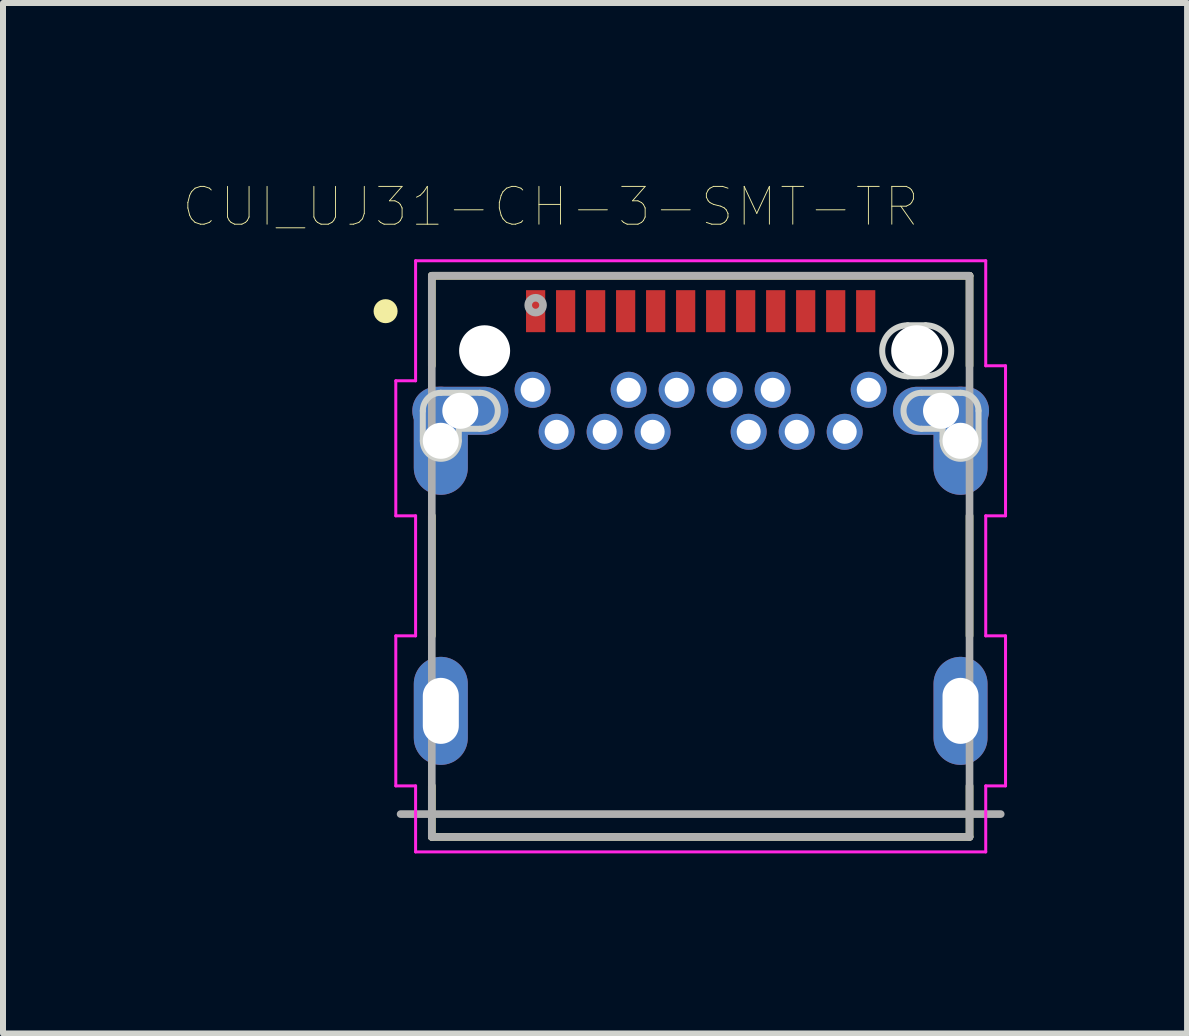
<source format=kicad_pcb>
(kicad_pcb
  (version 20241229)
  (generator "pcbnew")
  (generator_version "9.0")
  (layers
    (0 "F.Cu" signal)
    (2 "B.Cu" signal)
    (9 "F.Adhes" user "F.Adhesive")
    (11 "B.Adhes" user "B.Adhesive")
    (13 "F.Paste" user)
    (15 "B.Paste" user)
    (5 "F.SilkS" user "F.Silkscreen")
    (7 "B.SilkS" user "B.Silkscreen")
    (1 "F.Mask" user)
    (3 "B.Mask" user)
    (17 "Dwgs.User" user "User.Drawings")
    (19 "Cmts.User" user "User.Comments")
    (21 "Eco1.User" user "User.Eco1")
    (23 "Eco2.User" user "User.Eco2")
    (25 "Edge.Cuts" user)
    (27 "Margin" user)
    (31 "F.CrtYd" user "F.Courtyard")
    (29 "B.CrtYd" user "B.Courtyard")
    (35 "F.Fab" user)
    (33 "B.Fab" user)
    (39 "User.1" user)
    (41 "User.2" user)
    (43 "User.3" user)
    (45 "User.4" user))
  (footprint "CUI_UJ31-CH-3-SMT-TR"
    (layer "F.Cu")
    (at 5.875 2.135)
    (property "Reference" "CUI_UJ31-CH-3-SMT-TR" (at 0.25 -1.74 0) (layer "F.SilkS") (effects (font (size 0.63 0.63) (thickness 0.015))))
    (attr through_hole)
    (fp_poly (pts (xy 6.2 0.135) (xy 6.5 0.135) (xy 6.555 0.138) (xy 6.609 0.146) (xy 6.662 0.161) (xy 6.714 0.18) (xy 6.763 0.205) (xy 6.809 0.235) (xy 6.851 0.27) (xy 6.89 0.309) (xy 6.925 0.351) (xy 6.955 0.398) (xy 6.98 0.446) (xy 6.999 0.498) (xy 7.014 0.551) (xy 7.022 0.605) (xy 7.025 0.66) (xy 7.022 0.715) (xy 7.014 0.769) (xy 6.999 0.822) (xy 6.98 0.874) (xy 6.955 0.922) (xy 6.925 0.969) (xy 6.89 1.011) (xy 6.851 1.05) (xy 6.809 1.085) (xy 6.763 1.115) (xy 6.714 1.14) (xy 6.662 1.159) (xy 6.609 1.174) (xy 6.555 1.182) (xy 6.5 1.185) (xy 6.2 1.185) (xy 6.145 1.182) (xy 6.091 1.174) (xy 6.038 1.159) (xy 5.986 1.14) (xy 5.938 1.115) (xy 5.891 1.085) (xy 5.849 1.05) (xy 5.81 1.011) (xy 5.775 0.969) (xy 5.745 0.922) (xy 5.72 0.874) (xy 5.701 0.822) (xy 5.686 0.769) (xy 5.678 0.715) (xy 5.675 0.66) (xy 5.678 0.605) (xy 5.686 0.551) (xy 5.701 0.498) (xy 5.72 0.446) (xy 5.745 0.398) (xy 5.775 0.351) (xy 5.81 0.309) (xy 5.849 0.27) (xy 5.891 0.235) (xy 5.938 0.205) (xy 5.986 0.18) (xy 6.038 0.161) (xy 6.091 0.146) (xy 6.145 0.138) (xy 6.2 0.135)) (stroke (width 0.05) (type solid)) (fill yes) (layer "F.Mask"))
    (fp_poly (pts (xy 6.2 0.135) (xy 6.5 0.135) (xy 6.555 0.138) (xy 6.609 0.146) (xy 6.662 0.161) (xy 6.714 0.18) (xy 6.763 0.205) (xy 6.809 0.235) (xy 6.851 0.27) (xy 6.89 0.309) (xy 6.925 0.351) (xy 6.955 0.398) (xy 6.98 0.446) (xy 6.999 0.498) (xy 7.014 0.551) (xy 7.022 0.605) (xy 7.025 0.66) (xy 7.022 0.715) (xy 7.014 0.769) (xy 6.999 0.822) (xy 6.98 0.874) (xy 6.955 0.922) (xy 6.925 0.969) (xy 6.89 1.011) (xy 6.851 1.05) (xy 6.809 1.085) (xy 6.763 1.115) (xy 6.714 1.14) (xy 6.662 1.159) (xy 6.609 1.174) (xy 6.555 1.182) (xy 6.5 1.185) (xy 6.2 1.185) (xy 6.145 1.182) (xy 6.091 1.174) (xy 6.038 1.159) (xy 5.986 1.14) (xy 5.938 1.115) (xy 5.891 1.085) (xy 5.849 1.05) (xy 5.81 1.011) (xy 5.775 0.969) (xy 5.745 0.922) (xy 5.72 0.874) (xy 5.701 0.822) (xy 5.686 0.769) (xy 5.678 0.715) (xy 5.675 0.66) (xy 5.678 0.605) (xy 5.686 0.551) (xy 5.701 0.498) (xy 5.72 0.446) (xy 5.745 0.398) (xy 5.775 0.351) (xy 5.81 0.309) (xy 5.849 0.27) (xy 5.891 0.235) (xy 5.938 0.205) (xy 5.986 0.18) (xy 6.038 0.161) (xy 6.091 0.146) (xy 6.145 0.138) (xy 6.2 0.135)) (stroke (width 0.05) (type solid)) (fill yes) (layer "B.Mask"))
    (fp_line (start -1.73 -0.59) (end -1.73 0.91) (stroke (width 0.127) (type solid)) (layer "F.SilkS"))
    (fp_line (start -1.73 -0.59) (end 7.23 -0.59) (stroke (width 0.127) (type solid)) (layer "F.SilkS"))
    (fp_line (start -1.73 3.41) (end -1.73 5.41) (stroke (width 0.127) (type solid)) (layer "F.SilkS"))
    (fp_line (start -1.73 7.91) (end -1.73 8.76) (stroke (width 0.127) (type solid)) (layer "F.SilkS"))
    (fp_line (start -1.73 8.76) (end 7.23 8.76) (stroke (width 0.127) (type solid)) (layer "F.SilkS"))
    (fp_line (start 7.23 -0.59) (end 7.23 0.91) (stroke (width 0.127) (type solid)) (layer "F.SilkS"))
    (fp_line (start 7.23 5.41) (end 7.23 3.41) (stroke (width 0.127) (type solid)) (layer "F.SilkS"))
    (fp_line (start 7.23 8.76) (end 7.23 7.91) (stroke (width 0.127) (type solid)) (layer "F.SilkS"))
    (fp_circle (center -2.5 0) (end -2.4 0) (stroke (width 0.2) (type solid)) (fill no) (layer "F.SilkS"))
    (fp_line (start -1.88 2.16) (end -1.88 1.66) (stroke (width 0.1) (type solid)) (layer "Edge.Cuts"))
    (fp_line (start -1.58 1.36) (end -0.93 1.36) (stroke (width 0.1) (type solid)) (layer "Edge.Cuts"))
    (fp_line (start -1.28 1.96) (end -1.28 2.16) (stroke (width 0.1) (type solid)) (layer "Edge.Cuts"))
    (fp_line (start -0.93 1.96) (end -1.28 1.96) (stroke (width 0.1) (type solid)) (layer "Edge.Cuts"))
    (fp_line (start 6.2 0.235) (end 6.5 0.235) (stroke (width 0.1) (type solid)) (layer "Edge.Cuts"))
    (fp_line (start 6.2 1.085) (end 6.5 1.085) (stroke (width 0.1) (type solid)) (layer "Edge.Cuts"))
    (fp_line (start 6.43 1.36) (end 7.08 1.36) (stroke (width 0.1) (type solid)) (layer "Edge.Cuts"))
    (fp_line (start 6.78 1.96) (end 6.43 1.96) (stroke (width 0.1) (type solid)) (layer "Edge.Cuts"))
    (fp_line (start 6.78 1.96) (end 6.78 2.16) (stroke (width 0.1) (type solid)) (layer "Edge.Cuts"))
    (fp_line (start 7.38 2.16) (end 7.38 1.66) (stroke (width 0.1) (type solid)) (layer "Edge.Cuts"))
    (fp_arc (start -1.88 1.66) (mid -1.792132 1.447868) (end -1.58 1.36) (stroke (width 0.1) (type solid)) (layer "Edge.Cuts"))
    (fp_arc (start -1.28 2.16) (mid -1.58 2.46) (end -1.88 2.16) (stroke (width 0.1) (type solid)) (layer "Edge.Cuts"))
    (fp_arc (start -0.93 1.36) (mid -0.63 1.66) (end -0.93 1.96) (stroke (width 0.1) (type solid)) (layer "Edge.Cuts"))
    (fp_arc (start 6.2 1.085) (mid 5.775 0.66) (end 6.2 0.235) (stroke (width 0.1) (type solid)) (layer "Edge.Cuts"))
    (fp_arc (start 6.43 1.96) (mid 6.13 1.66) (end 6.43 1.36) (stroke (width 0.1) (type solid)) (layer "Edge.Cuts"))
    (fp_arc (start 6.5 0.235) (mid 6.925 0.66) (end 6.5 1.085) (stroke (width 0.1) (type solid)) (layer "Edge.Cuts"))
    (fp_arc (start 7.08 1.36) (mid 7.292132 1.447868) (end 7.38 1.66) (stroke (width 0.1) (type solid)) (layer "Edge.Cuts"))
    (fp_arc (start 7.38 2.16) (mid 7.08 2.46) (end 6.78 2.16) (stroke (width 0.1) (type solid)) (layer "Edge.Cuts"))
    (fp_line (start -2.33 1.16) (end -2 1.16) (stroke (width 0.05) (type solid)) (layer "F.CrtYd"))
    (fp_line (start -2.33 3.41) (end -2.33 1.16) (stroke (width 0.05) (type solid)) (layer "F.CrtYd"))
    (fp_line (start -2.33 5.41) (end -2 5.41) (stroke (width 0.05) (type solid)) (layer "F.CrtYd"))
    (fp_line (start -2.33 7.91) (end -2.33 5.41) (stroke (width 0.05) (type solid)) (layer "F.CrtYd"))
    (fp_line (start -2 -0.84) (end 7.5 -0.84) (stroke (width 0.05) (type solid)) (layer "F.CrtYd"))
    (fp_line (start -2 1.16) (end -2 -0.84) (stroke (width 0.05) (type solid)) (layer "F.CrtYd"))
    (fp_line (start -2 3.41) (end -2.33 3.41) (stroke (width 0.05) (type solid)) (layer "F.CrtYd"))
    (fp_line (start -2 5.41) (end -2 3.41) (stroke (width 0.05) (type solid)) (layer "F.CrtYd"))
    (fp_line (start -2 7.91) (end -2.33 7.91) (stroke (width 0.05) (type solid)) (layer "F.CrtYd"))
    (fp_line (start -2 9.01) (end -2 7.91) (stroke (width 0.05) (type solid)) (layer "F.CrtYd"))
    (fp_line (start 7.5 -0.84) (end 7.5 0.91) (stroke (width 0.05) (type solid)) (layer "F.CrtYd"))
    (fp_line (start 7.5 0.91) (end 7.83 0.91) (stroke (width 0.05) (type solid)) (layer "F.CrtYd"))
    (fp_line (start 7.5 3.41) (end 7.5 5.41) (stroke (width 0.05) (type solid)) (layer "F.CrtYd"))
    (fp_line (start 7.5 5.41) (end 7.83 5.41) (stroke (width 0.05) (type solid)) (layer "F.CrtYd"))
    (fp_line (start 7.5 7.91) (end 7.5 9.01) (stroke (width 0.05) (type solid)) (layer "F.CrtYd"))
    (fp_line (start 7.5 9.01) (end -2 9.01) (stroke (width 0.05) (type solid)) (layer "F.CrtYd"))
    (fp_line (start 7.83 0.91) (end 7.83 3.41) (stroke (width 0.05) (type solid)) (layer "F.CrtYd"))
    (fp_line (start 7.83 3.41) (end 7.5 3.41) (stroke (width 0.05) (type solid)) (layer "F.CrtYd"))
    (fp_line (start 7.83 5.41) (end 7.83 7.91) (stroke (width 0.05) (type solid)) (layer "F.CrtYd"))
    (fp_line (start 7.83 7.91) (end 7.5 7.91) (stroke (width 0.05) (type solid)) (layer "F.CrtYd"))
    (fp_line (start -2.25 8.38) (end 7.75 8.38) (stroke (width 0.127) (type solid)) (layer "F.Fab"))
    (fp_line (start -1.73 -0.59) (end 7.23 -0.59) (stroke (width 0.127) (type solid)) (layer "F.Fab"))
    (fp_line (start -1.73 8.76) (end -1.73 -0.59) (stroke (width 0.127) (type solid)) (layer "F.Fab"))
    (fp_line (start 7.23 -0.59) (end 7.23 8.76) (stroke (width 0.127) (type solid)) (layer "F.Fab"))
    (fp_line (start 7.23 8.76) (end -1.73 8.76) (stroke (width 0.127) (type solid)) (layer "F.Fab"))
    (fp_circle (center 0 -0.1) (end 0.06 -0.1) (stroke (width 0.127) (type solid)) (fill no) (layer "F.Fab"))
    (pad "" np_thru_hole circle (at -0.85 0.66) (size 0.85 0.85) (drill 0.85) (layers "*.Cu" "*.Mask"))
    (pad "" np_thru_hole circle (at 6.35 0.66) (size 0.85 0.85) (drill 0.85) (layers "*.Cu" "*.Mask"))
    (pad "A1" smd rect (at 0 0) (size 0.32 0.7) (layers "F.Cu" "F.Mask" "F.Paste"))
    (pad "A2" smd rect (at 0.5 0) (size 0.32 0.7) (layers "F.Cu" "F.Mask" "F.Paste"))
    (pad "A3" smd rect (at 1 0) (size 0.32 0.7) (layers "F.Cu" "F.Mask" "F.Paste"))
    (pad "A4" smd rect (at 1.5 0) (size 0.32 0.7) (layers "F.Cu" "F.Mask" "F.Paste"))
    (pad "A5" smd rect (at 2 0) (size 0.32 0.7) (layers "F.Cu" "F.Mask" "F.Paste"))
    (pad "A6" smd rect (at 2.5 0) (size 0.32 0.7) (layers "F.Cu" "F.Mask" "F.Paste"))
    (pad "A7" smd rect (at 3 0) (size 0.32 0.7) (layers "F.Cu" "F.Mask" "F.Paste"))
    (pad "A8" smd rect (at 3.5 0) (size 0.32 0.7) (layers "F.Cu" "F.Mask" "F.Paste"))
    (pad "A9" smd rect (at 4 0) (size 0.32 0.7) (layers "F.Cu" "F.Mask" "F.Paste"))
    (pad "A10" smd rect (at 4.5 0) (size 0.32 0.7) (layers "F.Cu" "F.Mask" "F.Paste"))
    (pad "A11" smd rect (at 5 0) (size 0.32 0.7) (layers "F.Cu" "F.Mask" "F.Paste"))
    (pad "A12" smd rect (at 5.5 0) (size 0.32 0.7) (layers "F.Cu" "F.Mask" "F.Paste"))
    (pad "B1" thru_hole circle (at 5.55 1.31) (size 0.6 0.6) (drill 0.4) (layers "*.Cu" "*.Mask"))
    (pad "B2" thru_hole circle (at 5.15 2.01) (size 0.6 0.6) (drill 0.4) (layers "*.Cu" "*.Mask"))
    (pad "B3" thru_hole circle (at 4.35 2.01) (size 0.6 0.6) (drill 0.4) (layers "*.Cu" "*.Mask"))
    (pad "B4" thru_hole circle (at 3.95 1.31) (size 0.6 0.6) (drill 0.4) (layers "*.Cu" "*.Mask"))
    (pad "B5" thru_hole circle (at 3.55 2.01) (size 0.6 0.6) (drill 0.4) (layers "*.Cu" "*.Mask"))
    (pad "B6" thru_hole circle (at 3.15 1.31) (size 0.6 0.6) (drill 0.4) (layers "*.Cu" "*.Mask"))
    (pad "B7" thru_hole circle (at 2.35 1.31) (size 0.6 0.6) (drill 0.4) (layers "*.Cu" "*.Mask"))
    (pad "B8" thru_hole circle (at 1.95 2.01) (size 0.6 0.6) (drill 0.4) (layers "*.Cu" "*.Mask"))
    (pad "B9" thru_hole circle (at 1.55 1.31) (size 0.6 0.6) (drill 0.4) (layers "*.Cu" "*.Mask"))
    (pad "B10" thru_hole circle (at 1.15 2.01) (size 0.6 0.6) (drill 0.4) (layers "*.Cu" "*.Mask"))
    (pad "B11" thru_hole circle (at 0.35 2.01) (size 0.6 0.6) (drill 0.4) (layers "*.Cu" "*.Mask"))
    (pad "B12" thru_hole circle (at -0.05 1.31) (size 0.6 0.6) (drill 0.4) (layers "*.Cu" "*.Mask"))
    (pad "SH1" thru_hole oval (at -1.255 1.66) (size 1.6 0.8) (drill 0.6) (layers "*.Cu" "*.Mask"))
    (pad "SH2" thru_hole oval (at 6.755 1.66) (size 1.6 0.8) (drill 0.6) (layers "*.Cu" "*.Mask"))
    (pad "SH3" thru_hole oval (at -1.58 2.16) (size 0.9 1.8) (drill 0.6) (layers "*.Cu" "*.Mask"))
    (pad "SH4" thru_hole oval (at 7.08 2.16) (size 0.9 1.8) (drill 0.6) (layers "*.Cu" "*.Mask"))
    (pad "SH5" thru_hole oval (at -1.58 6.66) (size 0.9 1.8) (drill oval 0.6 1.1) (layers "*.Cu" "*.Mask"))
    (pad "SH6" thru_hole oval (at 7.08 6.66) (size 0.9 1.8) (drill oval 0.6 1.1) (layers "*.Cu" "*.Mask")))
  (gr_rect
    (start -3 -3)
    (end 16.73 14.17)
    (stroke (width 0.1) (type default))
    (fill no)
    (layer "Edge.Cuts")))
</source>
